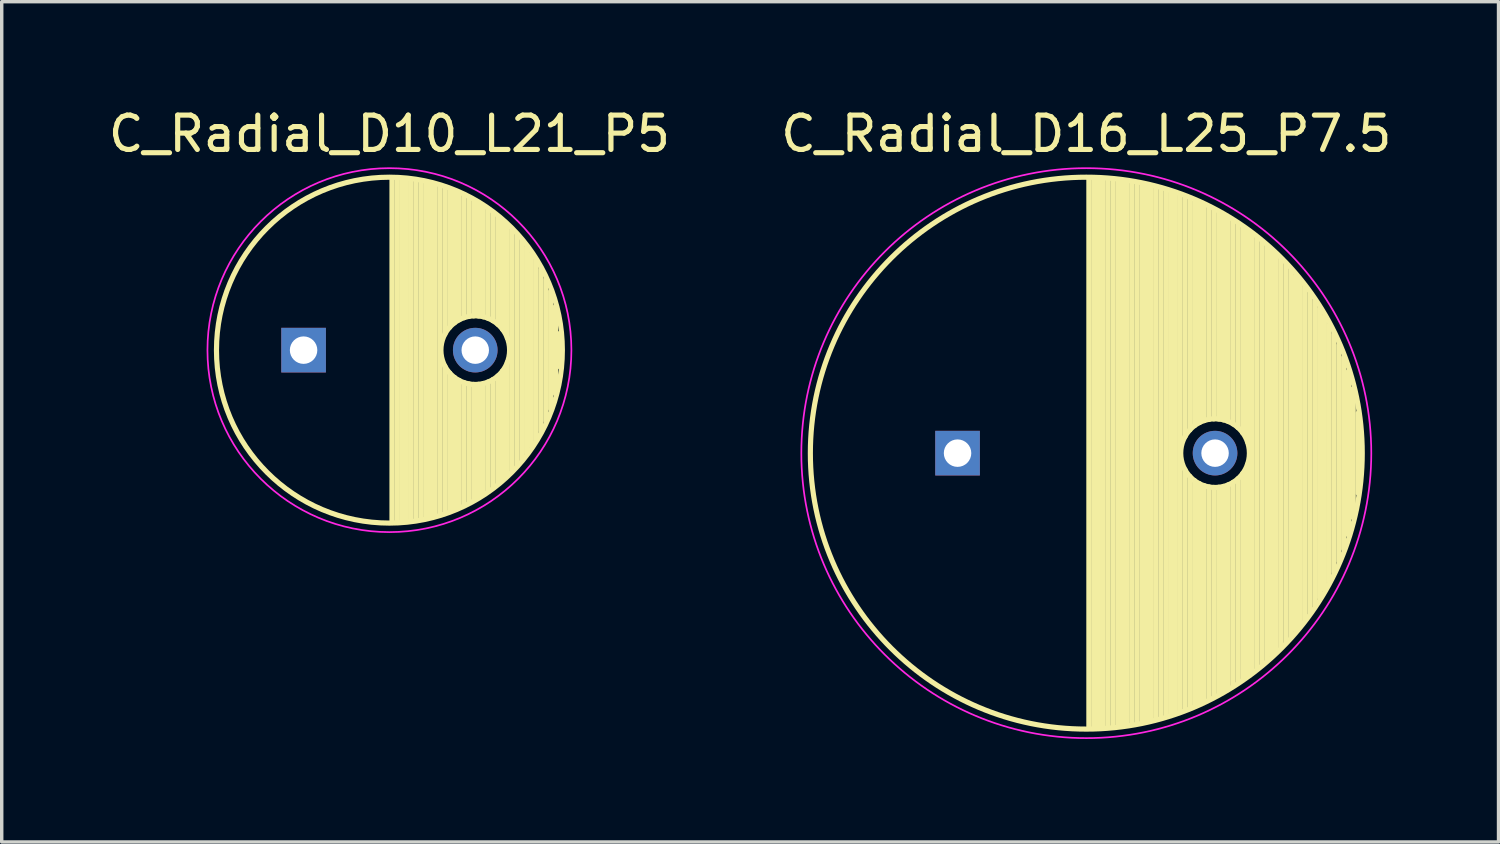
<source format=kicad_pcb>
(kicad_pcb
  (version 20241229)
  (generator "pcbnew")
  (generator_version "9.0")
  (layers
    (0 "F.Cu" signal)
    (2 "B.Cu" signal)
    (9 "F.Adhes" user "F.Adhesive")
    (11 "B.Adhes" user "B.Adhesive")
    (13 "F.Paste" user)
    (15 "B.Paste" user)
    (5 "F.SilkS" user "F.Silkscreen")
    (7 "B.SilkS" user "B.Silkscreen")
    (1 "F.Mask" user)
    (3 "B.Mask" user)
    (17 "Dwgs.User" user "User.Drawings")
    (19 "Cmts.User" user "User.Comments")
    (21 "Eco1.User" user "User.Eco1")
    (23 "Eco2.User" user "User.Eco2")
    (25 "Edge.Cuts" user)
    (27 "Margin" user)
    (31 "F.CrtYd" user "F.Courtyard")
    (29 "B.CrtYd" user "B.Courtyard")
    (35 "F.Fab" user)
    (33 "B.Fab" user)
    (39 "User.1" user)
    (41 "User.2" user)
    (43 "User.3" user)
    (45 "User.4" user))
  (footprint "C_Radial_D16_L25_P7.5"
    (layer "F.Cu")
    (at 24.839 10.148)
    (property "Reference" "C_Radial_D16_L25_P7.5" (at 3.75 -9.3 0) (layer "F.SilkS") (effects (font (size 1 1) (thickness 0.15))))
    (attr through_hole)
    (fp_line (start 3.825 -8) (end 3.825 8) (stroke (width 0.15) (type solid)) (layer "F.SilkS"))
    (fp_line (start 3.965 -7.997) (end 3.965 7.997) (stroke (width 0.15) (type solid)) (layer "F.SilkS"))
    (fp_line (start 4.105 -7.992) (end 4.105 7.992) (stroke (width 0.15) (type solid)) (layer "F.SilkS"))
    (fp_line (start 4.245 -7.985) (end 4.245 7.985) (stroke (width 0.15) (type solid)) (layer "F.SilkS"))
    (fp_line (start 4.385 -7.975) (end 4.385 7.975) (stroke (width 0.15) (type solid)) (layer "F.SilkS"))
    (fp_line (start 4.525 -7.962) (end 4.525 7.962) (stroke (width 0.15) (type solid)) (layer "F.SilkS"))
    (fp_line (start 4.665 -7.948) (end 4.665 7.948) (stroke (width 0.15) (type solid)) (layer "F.SilkS"))
    (fp_line (start 4.805 -7.93) (end 4.805 7.93) (stroke (width 0.15) (type solid)) (layer "F.SilkS"))
    (fp_line (start 4.945 -7.91) (end 4.945 7.91) (stroke (width 0.15) (type solid)) (layer "F.SilkS"))
    (fp_line (start 5.085 -7.888) (end 5.085 7.888) (stroke (width 0.15) (type solid)) (layer "F.SilkS"))
    (fp_line (start 5.225 -7.863) (end 5.225 7.863) (stroke (width 0.15) (type solid)) (layer "F.SilkS"))
    (fp_line (start 5.365 -7.835) (end 5.365 7.835) (stroke (width 0.15) (type solid)) (layer "F.SilkS"))
    (fp_line (start 5.505 -7.805) (end 5.505 7.805) (stroke (width 0.15) (type solid)) (layer "F.SilkS"))
    (fp_line (start 5.645 -7.772) (end 5.645 7.772) (stroke (width 0.15) (type solid)) (layer "F.SilkS"))
    (fp_line (start 5.785 -7.737) (end 5.785 7.737) (stroke (width 0.15) (type solid)) (layer "F.SilkS"))
    (fp_line (start 5.925 -7.699) (end 5.925 7.699) (stroke (width 0.15) (type solid)) (layer "F.SilkS"))
    (fp_line (start 6.065 -7.658) (end 6.065 7.658) (stroke (width 0.15) (type solid)) (layer "F.SilkS"))
    (fp_line (start 6.205 -7.614) (end 6.205 7.614) (stroke (width 0.15) (type solid)) (layer "F.SilkS"))
    (fp_line (start 6.345 -7.567) (end 6.345 7.567) (stroke (width 0.15) (type solid)) (layer "F.SilkS"))
    (fp_line (start 6.485 -7.518) (end 6.485 7.518) (stroke (width 0.15) (type solid)) (layer "F.SilkS"))
    (fp_line (start 6.625 -7.466) (end 6.625 -0.484) (stroke (width 0.15) (type solid)) (layer "F.SilkS"))
    (fp_line (start 6.625 0.484) (end 6.625 7.466) (stroke (width 0.15) (type solid)) (layer "F.SilkS"))
    (fp_line (start 6.765 -7.41) (end 6.765 -0.678) (stroke (width 0.15) (type solid)) (layer "F.SilkS"))
    (fp_line (start 6.765 0.678) (end 6.765 7.41) (stroke (width 0.15) (type solid)) (layer "F.SilkS"))
    (fp_line (start 6.905 -7.352) (end 6.905 -0.804) (stroke (width 0.15) (type solid)) (layer "F.SilkS"))
    (fp_line (start 6.905 0.804) (end 6.905 7.352) (stroke (width 0.15) (type solid)) (layer "F.SilkS"))
    (fp_line (start 7.045 -7.29) (end 7.045 -0.89) (stroke (width 0.15) (type solid)) (layer "F.SilkS"))
    (fp_line (start 7.045 0.89) (end 7.045 7.29) (stroke (width 0.15) (type solid)) (layer "F.SilkS"))
    (fp_line (start 7.185 -7.225) (end 7.185 -0.949) (stroke (width 0.15) (type solid)) (layer "F.SilkS"))
    (fp_line (start 7.185 0.949) (end 7.185 7.225) (stroke (width 0.15) (type solid)) (layer "F.SilkS"))
    (fp_line (start 7.325 -7.157) (end 7.325 -0.985) (stroke (width 0.15) (type solid)) (layer "F.SilkS"))
    (fp_line (start 7.325 0.985) (end 7.325 7.157) (stroke (width 0.15) (type solid)) (layer "F.SilkS"))
    (fp_line (start 7.465 -7.085) (end 7.465 -0.999) (stroke (width 0.15) (type solid)) (layer "F.SilkS"))
    (fp_line (start 7.465 0.999) (end 7.465 7.085) (stroke (width 0.15) (type solid)) (layer "F.SilkS"))
    (fp_line (start 7.605 -7.01) (end 7.605 -0.994) (stroke (width 0.15) (type solid)) (layer "F.SilkS"))
    (fp_line (start 7.605 0.994) (end 7.605 7.01) (stroke (width 0.15) (type solid)) (layer "F.SilkS"))
    (fp_line (start 7.745 -6.931) (end 7.745 -0.97) (stroke (width 0.15) (type solid)) (layer "F.SilkS"))
    (fp_line (start 7.745 0.97) (end 7.745 6.931) (stroke (width 0.15) (type solid)) (layer "F.SilkS"))
    (fp_line (start 7.885 -6.848) (end 7.885 -0.923) (stroke (width 0.15) (type solid)) (layer "F.SilkS"))
    (fp_line (start 7.885 0.923) (end 7.885 6.848) (stroke (width 0.15) (type solid)) (layer "F.SilkS"))
    (fp_line (start 8.025 -6.762) (end 8.025 -0.851) (stroke (width 0.15) (type solid)) (layer "F.SilkS"))
    (fp_line (start 8.025 0.851) (end 8.025 6.762) (stroke (width 0.15) (type solid)) (layer "F.SilkS"))
    (fp_line (start 8.165 -6.671) (end 8.165 -0.747) (stroke (width 0.15) (type solid)) (layer "F.SilkS"))
    (fp_line (start 8.165 0.747) (end 8.165 6.671) (stroke (width 0.15) (type solid)) (layer "F.SilkS"))
    (fp_line (start 8.305 -6.577) (end 8.305 -0.593) (stroke (width 0.15) (type solid)) (layer "F.SilkS"))
    (fp_line (start 8.305 0.593) (end 8.305 6.577) (stroke (width 0.15) (type solid)) (layer "F.SilkS"))
    (fp_line (start 8.445 -6.477) (end 8.445 -0.327) (stroke (width 0.15) (type solid)) (layer "F.SilkS"))
    (fp_line (start 8.445 0.327) (end 8.445 6.477) (stroke (width 0.15) (type solid)) (layer "F.SilkS"))
    (fp_line (start 8.585 -6.374) (end 8.585 6.374) (stroke (width 0.15) (type solid)) (layer "F.SilkS"))
    (fp_line (start 8.725 -6.265) (end 8.725 6.265) (stroke (width 0.15) (type solid)) (layer "F.SilkS"))
    (fp_line (start 8.865 -6.151) (end 8.865 6.151) (stroke (width 0.15) (type solid)) (layer "F.SilkS"))
    (fp_line (start 9.005 -6.032) (end 9.005 6.032) (stroke (width 0.15) (type solid)) (layer "F.SilkS"))
    (fp_line (start 9.145 -5.907) (end 9.145 5.907) (stroke (width 0.15) (type solid)) (layer "F.SilkS"))
    (fp_line (start 9.285 -5.776) (end 9.285 5.776) (stroke (width 0.15) (type solid)) (layer "F.SilkS"))
    (fp_line (start 9.425 -5.639) (end 9.425 5.639) (stroke (width 0.15) (type solid)) (layer "F.SilkS"))
    (fp_line (start 9.565 -5.494) (end 9.565 5.494) (stroke (width 0.15) (type solid)) (layer "F.SilkS"))
    (fp_line (start 9.705 -5.342) (end 9.705 5.342) (stroke (width 0.15) (type solid)) (layer "F.SilkS"))
    (fp_line (start 9.845 -5.182) (end 9.845 5.182) (stroke (width 0.15) (type solid)) (layer "F.SilkS"))
    (fp_line (start 9.985 -5.012) (end 9.985 5.012) (stroke (width 0.15) (type solid)) (layer "F.SilkS"))
    (fp_line (start 10.125 -4.833) (end 10.125 4.833) (stroke (width 0.15) (type solid)) (layer "F.SilkS"))
    (fp_line (start 10.265 -4.643) (end 10.265 4.643) (stroke (width 0.15) (type solid)) (layer "F.SilkS"))
    (fp_line (start 10.405 -4.44) (end 10.405 4.44) (stroke (width 0.15) (type solid)) (layer "F.SilkS"))
    (fp_line (start 10.545 -4.222) (end 10.545 4.222) (stroke (width 0.15) (type solid)) (layer "F.SilkS"))
    (fp_line (start 10.685 -3.988) (end 10.685 3.988) (stroke (width 0.15) (type solid)) (layer "F.SilkS"))
    (fp_line (start 10.825 -3.734) (end 10.825 3.734) (stroke (width 0.15) (type solid)) (layer "F.SilkS"))
    (fp_line (start 10.965 -3.456) (end 10.965 3.456) (stroke (width 0.15) (type solid)) (layer "F.SilkS"))
    (fp_line (start 11.105 -3.147) (end 11.105 3.147) (stroke (width 0.15) (type solid)) (layer "F.SilkS"))
    (fp_line (start 11.245 -2.797) (end 11.245 2.797) (stroke (width 0.15) (type solid)) (layer "F.SilkS"))
    (fp_line (start 11.385 -2.389) (end 11.385 2.389) (stroke (width 0.15) (type solid)) (layer "F.SilkS"))
    (fp_line (start 11.525 -1.884) (end 11.525 1.884) (stroke (width 0.15) (type solid)) (layer "F.SilkS"))
    (fp_line (start 11.665 -1.163) (end 11.665 1.163) (stroke (width 0.15) (type solid)) (layer "F.SilkS"))
    (fp_circle (center 3.75 0) (end 3.75 -8.037) (stroke (width 0.15) (type solid)) (fill no) (layer "F.SilkS"))
    (fp_circle (center 7.5 0) (end 7.5 -1) (stroke (width 0.15) (type solid)) (fill no) (layer "F.SilkS"))
    (fp_circle (center 3.75 0) (end 3.75 -8.3) (stroke (width 0.05) (type solid)) (fill no) (layer "F.CrtYd"))
    (pad "1" thru_hole rect (at 0 0) (size 1.3 1.3) (drill 0.8) (layers "*.Cu" "*.Mask"))
    (pad "2" thru_hole circle (at 7.5 0) (size 1.3 1.3) (drill 0.8) (layers "*.Cu" "*.Mask")))
  (footprint "C_Radial_D10_L21_P5"
    (layer "F.Cu")
    (at 5.792 7.148)
    (property "Reference" "C_Radial_D10_L21_P5" (at 2.5 -6.3 0) (layer "F.SilkS") (effects (font (size 1 1) (thickness 0.15))))
    (attr through_hole)
    (fp_line (start 2.575 -4.999) (end 2.575 4.999) (stroke (width 0.15) (type solid)) (layer "F.SilkS"))
    (fp_line (start 2.715 -4.995) (end 2.715 4.995) (stroke (width 0.15) (type solid)) (layer "F.SilkS"))
    (fp_line (start 2.855 -4.987) (end 2.855 4.987) (stroke (width 0.15) (type solid)) (layer "F.SilkS"))
    (fp_line (start 2.995 -4.975) (end 2.995 4.975) (stroke (width 0.15) (type solid)) (layer "F.SilkS"))
    (fp_line (start 3.135 -4.96) (end 3.135 4.96) (stroke (width 0.15) (type solid)) (layer "F.SilkS"))
    (fp_line (start 3.275 -4.94) (end 3.275 4.94) (stroke (width 0.15) (type solid)) (layer "F.SilkS"))
    (fp_line (start 3.415 -4.916) (end 3.415 4.916) (stroke (width 0.15) (type solid)) (layer "F.SilkS"))
    (fp_line (start 3.555 -4.887) (end 3.555 4.887) (stroke (width 0.15) (type solid)) (layer "F.SilkS"))
    (fp_line (start 3.695 -4.855) (end 3.695 4.855) (stroke (width 0.15) (type solid)) (layer "F.SilkS"))
    (fp_line (start 3.835 -4.818) (end 3.835 4.818) (stroke (width 0.15) (type solid)) (layer "F.SilkS"))
    (fp_line (start 3.975 -4.777) (end 3.975 4.777) (stroke (width 0.15) (type solid)) (layer "F.SilkS"))
    (fp_line (start 4.115 -4.732) (end 4.115 -0.466) (stroke (width 0.15) (type solid)) (layer "F.SilkS"))
    (fp_line (start 4.115 0.466) (end 4.115 4.732) (stroke (width 0.15) (type solid)) (layer "F.SilkS"))
    (fp_line (start 4.255 -4.682) (end 4.255 -0.667) (stroke (width 0.15) (type solid)) (layer "F.SilkS"))
    (fp_line (start 4.255 0.667) (end 4.255 4.682) (stroke (width 0.15) (type solid)) (layer "F.SilkS"))
    (fp_line (start 4.395 -4.627) (end 4.395 -0.796) (stroke (width 0.15) (type solid)) (layer "F.SilkS"))
    (fp_line (start 4.395 0.796) (end 4.395 4.627) (stroke (width 0.15) (type solid)) (layer "F.SilkS"))
    (fp_line (start 4.535 -4.567) (end 4.535 -0.885) (stroke (width 0.15) (type solid)) (layer "F.SilkS"))
    (fp_line (start 4.535 0.885) (end 4.535 4.567) (stroke (width 0.15) (type solid)) (layer "F.SilkS"))
    (fp_line (start 4.675 -4.502) (end 4.675 -0.946) (stroke (width 0.15) (type solid)) (layer "F.SilkS"))
    (fp_line (start 4.675 0.946) (end 4.675 4.502) (stroke (width 0.15) (type solid)) (layer "F.SilkS"))
    (fp_line (start 4.815 -4.432) (end 4.815 -0.983) (stroke (width 0.15) (type solid)) (layer "F.SilkS"))
    (fp_line (start 4.815 0.983) (end 4.815 4.432) (stroke (width 0.15) (type solid)) (layer "F.SilkS"))
    (fp_line (start 4.955 -4.356) (end 4.955 -0.999) (stroke (width 0.15) (type solid)) (layer "F.SilkS"))
    (fp_line (start 4.955 0.999) (end 4.955 4.356) (stroke (width 0.15) (type solid)) (layer "F.SilkS"))
    (fp_line (start 5.095 -4.274) (end 5.095 -0.995) (stroke (width 0.15) (type solid)) (layer "F.SilkS"))
    (fp_line (start 5.095 0.995) (end 5.095 4.274) (stroke (width 0.15) (type solid)) (layer "F.SilkS"))
    (fp_line (start 5.235 -4.186) (end 5.235 -0.972) (stroke (width 0.15) (type solid)) (layer "F.SilkS"))
    (fp_line (start 5.235 0.972) (end 5.235 4.186) (stroke (width 0.15) (type solid)) (layer "F.SilkS"))
    (fp_line (start 5.375 -4.091) (end 5.375 -0.927) (stroke (width 0.15) (type solid)) (layer "F.SilkS"))
    (fp_line (start 5.375 0.927) (end 5.375 4.091) (stroke (width 0.15) (type solid)) (layer "F.SilkS"))
    (fp_line (start 5.515 -3.989) (end 5.515 -0.857) (stroke (width 0.15) (type solid)) (layer "F.SilkS"))
    (fp_line (start 5.515 0.857) (end 5.515 3.989) (stroke (width 0.15) (type solid)) (layer "F.SilkS"))
    (fp_line (start 5.655 -3.879) (end 5.655 -0.756) (stroke (width 0.15) (type solid)) (layer "F.SilkS"))
    (fp_line (start 5.655 0.756) (end 5.655 3.879) (stroke (width 0.15) (type solid)) (layer "F.SilkS"))
    (fp_line (start 5.795 -3.761) (end 5.795 -0.607) (stroke (width 0.15) (type solid)) (layer "F.SilkS"))
    (fp_line (start 5.795 0.607) (end 5.795 3.761) (stroke (width 0.15) (type solid)) (layer "F.SilkS"))
    (fp_line (start 5.935 -3.633) (end 5.935 -0.355) (stroke (width 0.15) (type solid)) (layer "F.SilkS"))
    (fp_line (start 5.935 0.355) (end 5.935 3.633) (stroke (width 0.15) (type solid)) (layer "F.SilkS"))
    (fp_line (start 6.075 -3.496) (end 6.075 3.496) (stroke (width 0.15) (type solid)) (layer "F.SilkS"))
    (fp_line (start 6.215 -3.346) (end 6.215 3.346) (stroke (width 0.15) (type solid)) (layer "F.SilkS"))
    (fp_line (start 6.355 -3.184) (end 6.355 3.184) (stroke (width 0.15) (type solid)) (layer "F.SilkS"))
    (fp_line (start 6.495 -3.007) (end 6.495 3.007) (stroke (width 0.15) (type solid)) (layer "F.SilkS"))
    (fp_line (start 6.635 -2.811) (end 6.635 2.811) (stroke (width 0.15) (type solid)) (layer "F.SilkS"))
    (fp_line (start 6.775 -2.593) (end 6.775 2.593) (stroke (width 0.15) (type solid)) (layer "F.SilkS"))
    (fp_line (start 6.915 -2.347) (end 6.915 2.347) (stroke (width 0.15) (type solid)) (layer "F.SilkS"))
    (fp_line (start 7.055 -2.062) (end 7.055 2.062) (stroke (width 0.15) (type solid)) (layer "F.SilkS"))
    (fp_line (start 7.195 -1.72) (end 7.195 1.72) (stroke (width 0.15) (type solid)) (layer "F.SilkS"))
    (fp_line (start 7.335 -1.274) (end 7.335 1.274) (stroke (width 0.15) (type solid)) (layer "F.SilkS"))
    (fp_line (start 7.475 -0.499) (end 7.475 0.499) (stroke (width 0.15) (type solid)) (layer "F.SilkS"))
    (fp_circle (center 2.5 0) (end 2.5 -5.037) (stroke (width 0.15) (type solid)) (fill no) (layer "F.SilkS"))
    (fp_circle (center 5 0) (end 5 -1) (stroke (width 0.15) (type solid)) (fill no) (layer "F.SilkS"))
    (fp_circle (center 2.5 0) (end 2.5 -5.3) (stroke (width 0.05) (type solid)) (fill no) (layer "F.CrtYd"))
    (pad "1" thru_hole rect (at 0 0) (size 1.3 1.3) (drill 0.8) (layers "*.Cu" "*.Mask"))
    (pad "2" thru_hole circle (at 5 0) (size 1.3 1.3) (drill 0.8) (layers "*.Cu" "*.Mask")))
  (gr_rect
    (start -3 -3)
    (end 40.595 21.473)
    (stroke (width 0.1) (type default))
    (fill no)
    (layer "Edge.Cuts")))
</source>
